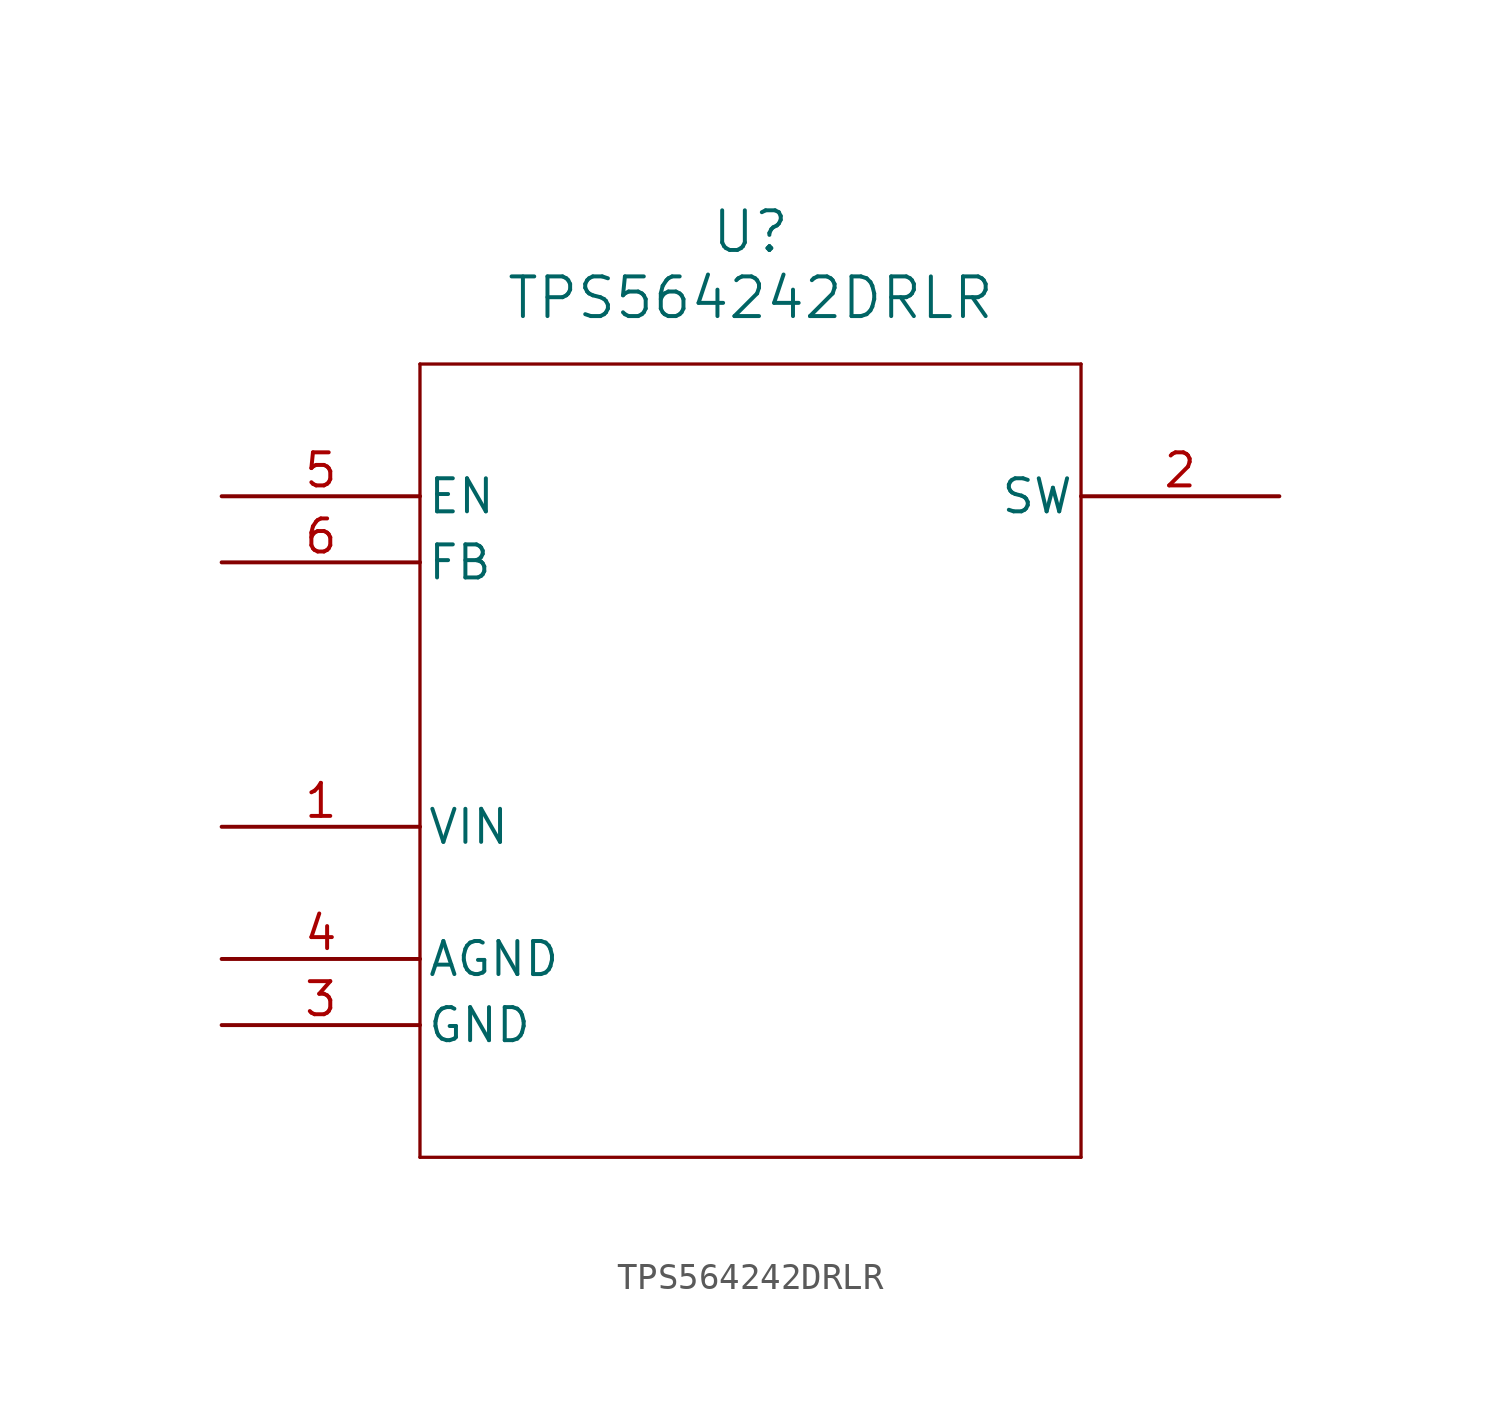
<source format=kicad_sym>
(kicad_symbol_lib
  (version 20211014)
  (generator kicad_symbol_editor)
  (symbol "TPS564242DRLR"
    (pin_names
      (offset 0.254))
    (property "Reference" "U"
      (at 20.32 10.16 0)
      (effects (font (size 1.524 1.524))))
    (property "Value" "TPS564242DRLR"
      (at 20.32 7.62 0)
      (effects (font (size 1.524 1.524))))
    (symbol "TPS564242DRLR_0_1"
      (polyline (pts (xy 7.62 5.08) (xy 7.62 -25.4)) (stroke (width 0.127) (type default) (color 0 0 0 0)) (fill (type none)))
      (polyline (pts (xy 7.62 -25.4) (xy 33.02 -25.4)) (stroke (width 0.127) (type default) (color 0 0 0 0)) (fill (type none)))
      (polyline (pts (xy 33.02 -25.4) (xy 33.02 5.08)) (stroke (width 0.127) (type default) (color 0 0 0 0)) (fill (type none)))
      (polyline (pts (xy 33.02 5.08) (xy 7.62 5.08)) (stroke (width 0.127) (type default) (color 0 0 0 0)) (fill (type none)))
      (pin power_in line (at 0 -12.7 0) (length 7.62) (name "VIN" (effects (font (size 1.27 1.27)))) (number "1" (effects (font (size 1.27 1.27)))))
      (pin output line (at 40.64 0 180) (length 7.62) (name "SW" (effects (font (size 1.27 1.27)))) (number "2" (effects (font (size 1.27 1.27)))))
      (pin power_out line (at 0 -20.32 0) (length 7.62) (name "GND" (effects (font (size 1.27 1.27)))) (number "3" (effects (font (size 1.27 1.27)))))
      (pin power_out line (at 0 -17.78 0) (length 7.62) (name "AGND" (effects (font (size 1.27 1.27)))) (number "4" (effects (font (size 1.27 1.27)))))
      (pin input line (at 0 0 0) (length 7.62) (name "EN" (effects (font (size 1.27 1.27)))) (number "5" (effects (font (size 1.27 1.27)))))
      (pin input line (at 0 -2.54 0) (length 7.62) (name "FB" (effects (font (size 1.27 1.27)))) (number "6" (effects (font (size 1.27 1.27))))))))
</source>
